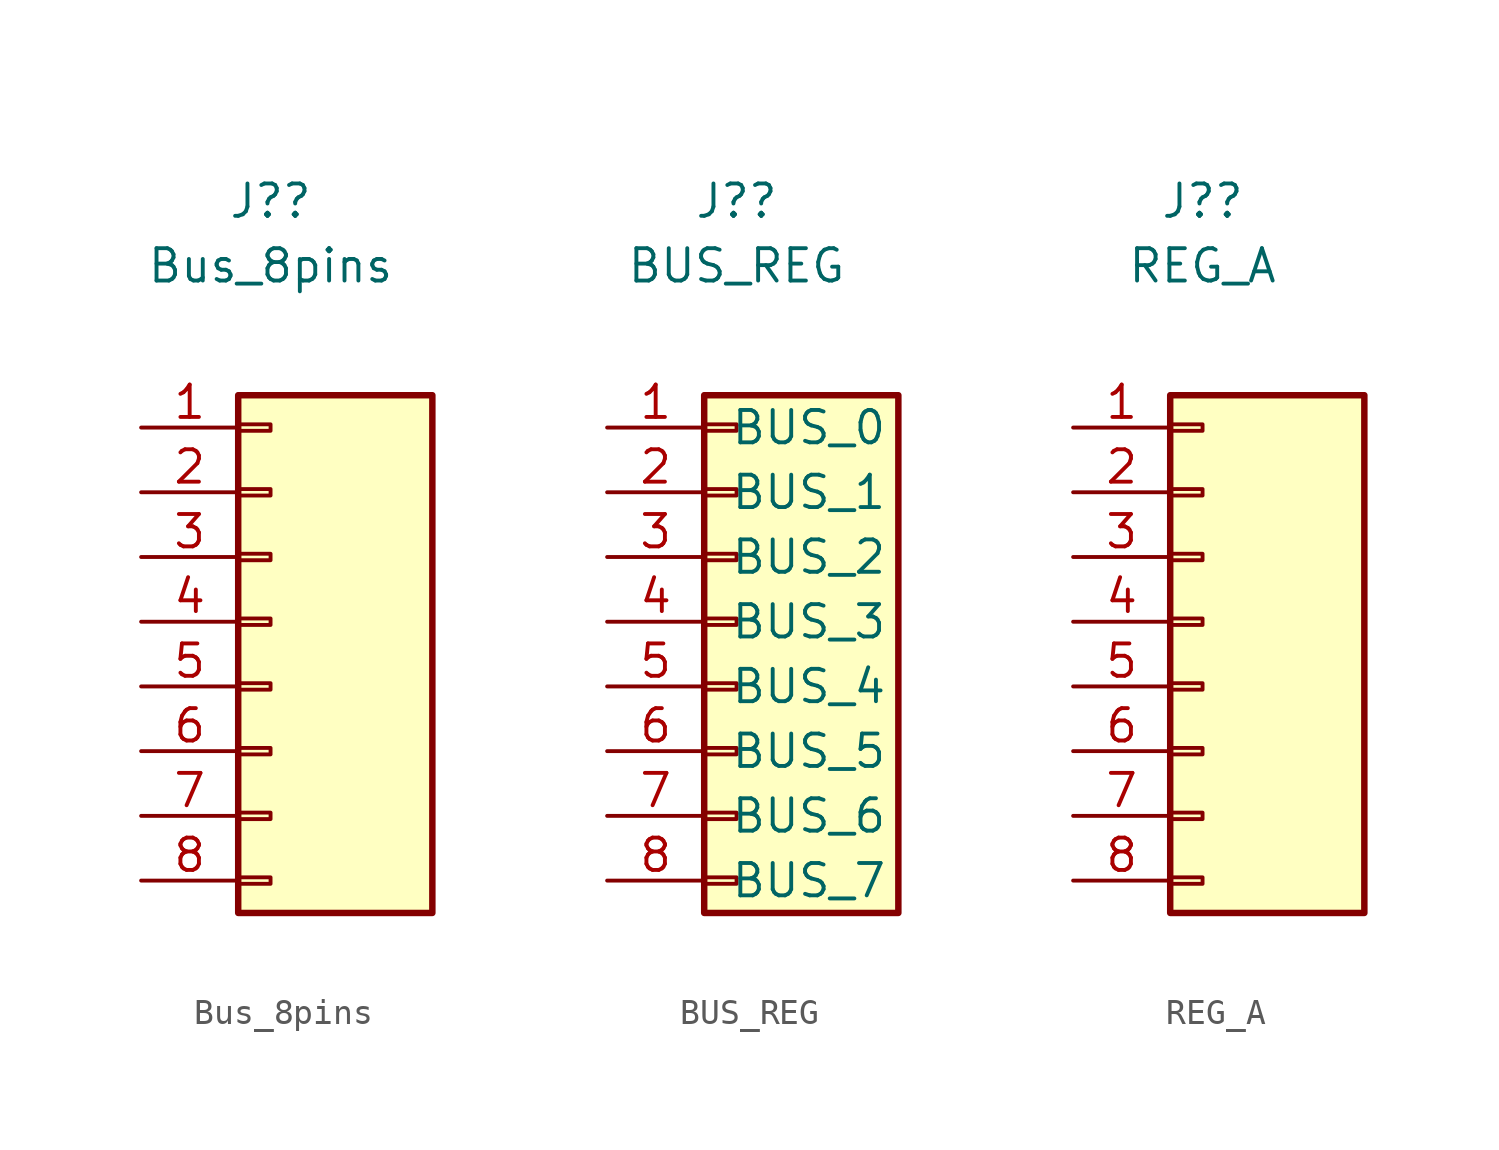
<source format=kicad_sym>
(kicad_symbol_lib
  (version 20211014)
  (generator kicad_symbol_editor)
  (symbol "Bus_8pins"
    (pin_names
      (offset 1.016) hide)
    (property "Reference" "J?"
      (at 0 16.51 0)
      (effects (font (size 1.27 1.27))))
    (property "Value" "Bus_8pins"
      (at 0 13.97 0)
      (effects (font (size 1.27 1.27))))
    (symbol "Bus_8pins_1_1"
      (rectangle (start -1.27 -10.033) (end 0 -10.287) (stroke (width 0.152) (type default) (color 0 0 0 0)) (fill (type none)))
      (rectangle (start -1.27 -7.493) (end 0 -7.747) (stroke (width 0.152) (type default) (color 0 0 0 0)) (fill (type none)))
      (rectangle (start -1.27 -4.953) (end 0 -5.207) (stroke (width 0.152) (type default) (color 0 0 0 0)) (fill (type none)))
      (rectangle (start -1.27 -2.413) (end 0 -2.667) (stroke (width 0.152) (type default) (color 0 0 0 0)) (fill (type none)))
      (rectangle (start -1.27 0.127) (end 0 -0.127) (stroke (width 0.152) (type default) (color 0 0 0 0)) (fill (type none)))
      (rectangle (start -1.27 2.667) (end 0 2.413) (stroke (width 0.152) (type default) (color 0 0 0 0)) (fill (type none)))
      (rectangle (start -1.27 5.207) (end 0 4.953) (stroke (width 0.152) (type default) (color 0 0 0 0)) (fill (type none)))
      (rectangle (start -1.27 7.747) (end 0 7.493) (stroke (width 0.152) (type default) (color 0 0 0 0)) (fill (type none)))
      (rectangle (start -1.27 8.89) (end 6.35 -11.43) (stroke (width 0.254) (type default) (color 0 0 0 0)) (fill (type background)))
      (pin passive line (at -5.08 7.62 0) (length 3.81) (name "A_0" (effects (font (size 1.27 1.27)))) (number "1" (effects (font (size 1.27 1.27)))))
      (pin passive line (at -5.08 5.08 0) (length 3.81) (name "A_1" (effects (font (size 1.27 1.27)))) (number "2" (effects (font (size 1.27 1.27)))))
      (pin passive line (at -5.08 2.54 0) (length 3.81) (name "A_2" (effects (font (size 1.27 1.27)))) (number "3" (effects (font (size 1.27 1.27)))))
      (pin passive line (at -5.08 0 0) (length 3.81) (name "A_3" (effects (font (size 1.27 1.27)))) (number "4" (effects (font (size 1.27 1.27)))))
      (pin passive line (at -5.08 -2.54 0) (length 3.81) (name "A_4" (effects (font (size 1.27 1.27)))) (number "5" (effects (font (size 1.27 1.27)))))
      (pin passive line (at -5.08 -5.08 0) (length 3.81) (name "A_5" (effects (font (size 1.27 1.27)))) (number "6" (effects (font (size 1.27 1.27)))))
      (pin passive line (at -5.08 -7.62 0) (length 3.81) (name "A_6" (effects (font (size 1.27 1.27)))) (number "7" (effects (font (size 1.27 1.27)))))
      (pin passive line (at -5.08 -10.16 0) (length 3.81) (name "A_7" (effects (font (size 1.27 1.27)))) (number "8" (effects (font (size 1.27 1.27)))))))
  (symbol "BUS_REG"
    (pin_names
      (offset 1.016))
    (property "Reference" "J?"
      (at 0 16.51 0)
      (effects (font (size 1.27 1.27))))
    (property "Value" "BUS_REG"
      (at 0 13.97 0)
      (effects (font (size 1.27 1.27))))
    (symbol "BUS_REG_1_1"
      (rectangle (start -1.27 -10.033) (end 0 -10.287) (stroke (width 0.152) (type default) (color 0 0 0 0)) (fill (type none)))
      (rectangle (start -1.27 -7.493) (end 0 -7.747) (stroke (width 0.152) (type default) (color 0 0 0 0)) (fill (type none)))
      (rectangle (start -1.27 -4.953) (end 0 -5.207) (stroke (width 0.152) (type default) (color 0 0 0 0)) (fill (type none)))
      (rectangle (start -1.27 -2.413) (end 0 -2.667) (stroke (width 0.152) (type default) (color 0 0 0 0)) (fill (type none)))
      (rectangle (start -1.27 0.127) (end 0 -0.127) (stroke (width 0.152) (type default) (color 0 0 0 0)) (fill (type none)))
      (rectangle (start -1.27 2.667) (end 0 2.413) (stroke (width 0.152) (type default) (color 0 0 0 0)) (fill (type none)))
      (rectangle (start -1.27 5.207) (end 0 4.953) (stroke (width 0.152) (type default) (color 0 0 0 0)) (fill (type none)))
      (rectangle (start -1.27 7.747) (end 0 7.493) (stroke (width 0.152) (type default) (color 0 0 0 0)) (fill (type none)))
      (rectangle (start -1.27 8.89) (end 6.35 -11.43) (stroke (width 0.254) (type default) (color 0 0 0 0)) (fill (type background)))
      (pin passive line (at -5.08 7.62 0) (length 3.81) (name "BUS_0" (effects (font (size 1.27 1.27)))) (number "1" (effects (font (size 1.27 1.27)))))
      (pin passive line (at -5.08 5.08 0) (length 3.81) (name "BUS_1" (effects (font (size 1.27 1.27)))) (number "2" (effects (font (size 1.27 1.27)))))
      (pin passive line (at -5.08 2.54 0) (length 3.81) (name "BUS_2" (effects (font (size 1.27 1.27)))) (number "3" (effects (font (size 1.27 1.27)))))
      (pin passive line (at -5.08 0 0) (length 3.81) (name "BUS_3" (effects (font (size 1.27 1.27)))) (number "4" (effects (font (size 1.27 1.27)))))
      (pin passive line (at -5.08 -2.54 0) (length 3.81) (name "BUS_4" (effects (font (size 1.27 1.27)))) (number "5" (effects (font (size 1.27 1.27)))))
      (pin passive line (at -5.08 -5.08 0) (length 3.81) (name "BUS_5" (effects (font (size 1.27 1.27)))) (number "6" (effects (font (size 1.27 1.27)))))
      (pin passive line (at -5.08 -7.62 0) (length 3.81) (name "BUS_6" (effects (font (size 1.27 1.27)))) (number "7" (effects (font (size 1.27 1.27)))))
      (pin passive line (at -5.08 -10.16 0) (length 3.81) (name "BUS_7" (effects (font (size 1.27 1.27)))) (number "8" (effects (font (size 1.27 1.27)))))))
  (symbol "REG_A"
    (pin_names
      (offset 1.016) hide)
    (property "Reference" "J?"
      (at 0 16.51 0)
      (effects (font (size 1.27 1.27))))
    (property "Value" "REG_A"
      (at 0 13.97 0)
      (effects (font (size 1.27 1.27))))
    (symbol "REG_A_1_1"
      (rectangle (start -1.27 -10.033) (end 0 -10.287) (stroke (width 0.152) (type default) (color 0 0 0 0)) (fill (type none)))
      (rectangle (start -1.27 -7.493) (end 0 -7.747) (stroke (width 0.152) (type default) (color 0 0 0 0)) (fill (type none)))
      (rectangle (start -1.27 -4.953) (end 0 -5.207) (stroke (width 0.152) (type default) (color 0 0 0 0)) (fill (type none)))
      (rectangle (start -1.27 -2.413) (end 0 -2.667) (stroke (width 0.152) (type default) (color 0 0 0 0)) (fill (type none)))
      (rectangle (start -1.27 0.127) (end 0 -0.127) (stroke (width 0.152) (type default) (color 0 0 0 0)) (fill (type none)))
      (rectangle (start -1.27 2.667) (end 0 2.413) (stroke (width 0.152) (type default) (color 0 0 0 0)) (fill (type none)))
      (rectangle (start -1.27 5.207) (end 0 4.953) (stroke (width 0.152) (type default) (color 0 0 0 0)) (fill (type none)))
      (rectangle (start -1.27 7.747) (end 0 7.493) (stroke (width 0.152) (type default) (color 0 0 0 0)) (fill (type none)))
      (rectangle (start -1.27 8.89) (end 6.35 -11.43) (stroke (width 0.254) (type default) (color 0 0 0 0)) (fill (type background)))
      (pin passive line (at -5.08 7.62 0) (length 3.81) (name "A_0" (effects (font (size 1.27 1.27)))) (number "1" (effects (font (size 1.27 1.27)))))
      (pin passive line (at -5.08 5.08 0) (length 3.81) (name "A_1" (effects (font (size 1.27 1.27)))) (number "2" (effects (font (size 1.27 1.27)))))
      (pin passive line (at -5.08 2.54 0) (length 3.81) (name "A_2" (effects (font (size 1.27 1.27)))) (number "3" (effects (font (size 1.27 1.27)))))
      (pin passive line (at -5.08 0 0) (length 3.81) (name "A_3" (effects (font (size 1.27 1.27)))) (number "4" (effects (font (size 1.27 1.27)))))
      (pin passive line (at -5.08 -2.54 0) (length 3.81) (name "A_4" (effects (font (size 1.27 1.27)))) (number "5" (effects (font (size 1.27 1.27)))))
      (pin passive line (at -5.08 -5.08 0) (length 3.81) (name "A_5" (effects (font (size 1.27 1.27)))) (number "6" (effects (font (size 1.27 1.27)))))
      (pin passive line (at -5.08 -7.62 0) (length 3.81) (name "A_6" (effects (font (size 1.27 1.27)))) (number "7" (effects (font (size 1.27 1.27)))))
      (pin passive line (at -5.08 -10.16 0) (length 3.81) (name "A_7" (effects (font (size 1.27 1.27)))) (number "8" (effects (font (size 1.27 1.27))))))))
</source>
